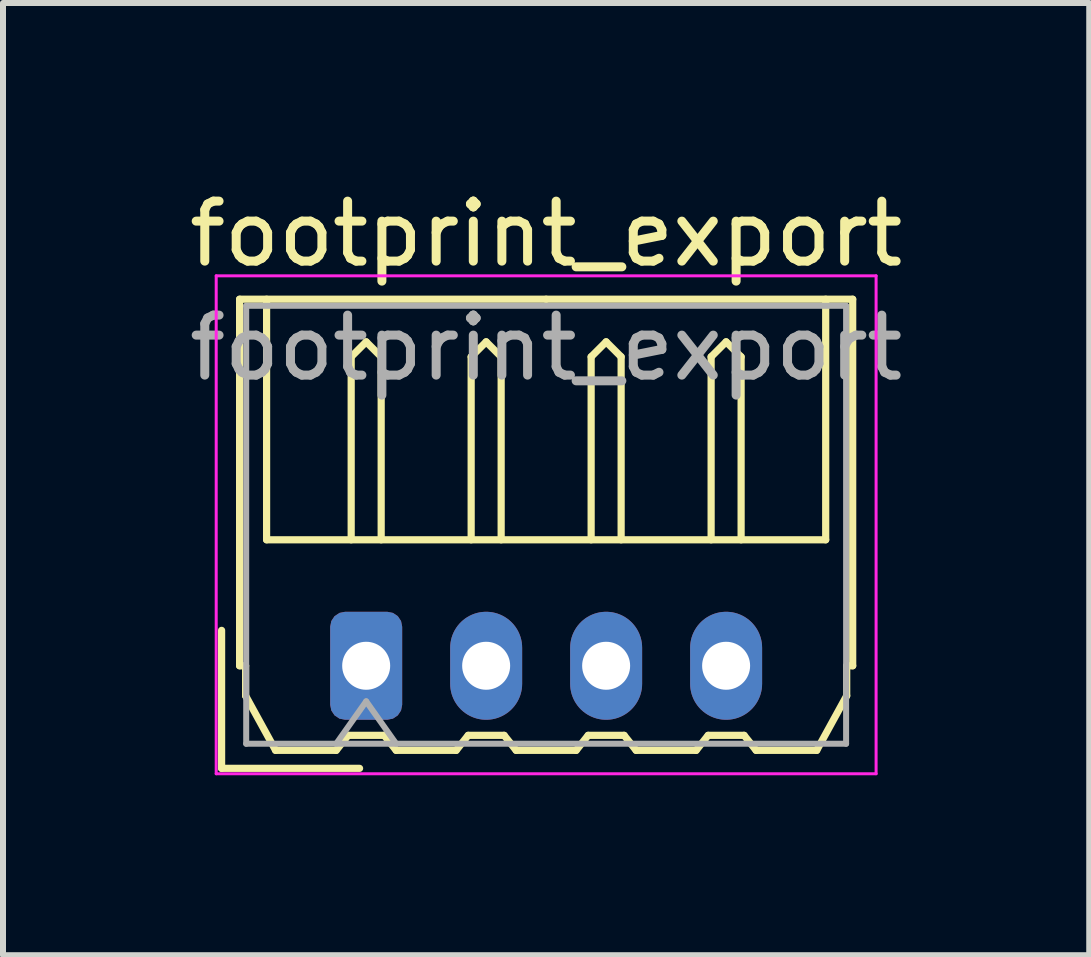
<source format=kicad_pcb>
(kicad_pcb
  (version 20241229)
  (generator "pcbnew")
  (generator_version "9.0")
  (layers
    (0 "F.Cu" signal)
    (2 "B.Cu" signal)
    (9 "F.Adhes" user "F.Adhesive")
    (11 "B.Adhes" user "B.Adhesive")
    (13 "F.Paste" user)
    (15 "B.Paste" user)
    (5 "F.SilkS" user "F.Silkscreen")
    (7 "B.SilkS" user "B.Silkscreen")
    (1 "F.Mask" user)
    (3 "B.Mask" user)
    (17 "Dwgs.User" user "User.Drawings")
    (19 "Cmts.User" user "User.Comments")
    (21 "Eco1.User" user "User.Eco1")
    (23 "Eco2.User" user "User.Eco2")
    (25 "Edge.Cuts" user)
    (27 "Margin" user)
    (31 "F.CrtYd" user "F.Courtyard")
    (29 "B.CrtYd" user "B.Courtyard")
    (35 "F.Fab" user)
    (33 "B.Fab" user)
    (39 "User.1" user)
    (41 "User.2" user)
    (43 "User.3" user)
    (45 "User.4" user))
  (footprint "footprint_export"
    (layer "F.Cu")
    (at 3.054 8.048)
    (property "Reference" "footprint_export" (at 3 -7.2 0) (layer "F.SilkS") (effects (font (size 1 1) (thickness 0.15))))
    (attr through_hole)
    (fp_line (start -2.41 1.71) (end -2.41 -0.59) (stroke (width 0.12) (type solid)) (layer "F.SilkS"))
    (fp_line (start -2.11 -6.11) (end 3 -6.11) (stroke (width 0.12) (type solid)) (layer "F.SilkS"))
    (fp_line (start -2.11 0) (end -2.11 -6.11) (stroke (width 0.12) (type solid)) (layer "F.SilkS"))
    (fp_line (start -2.01 0) (end -2.11 0) (stroke (width 0.12) (type solid)) (layer "F.SilkS"))
    (fp_line (start -2.01 0.5) (end -2.01 0) (stroke (width 0.12) (type solid)) (layer "F.SilkS"))
    (fp_line (start -1.66 -6.11) (end -1.66 -2.1) (stroke (width 0.12) (type solid)) (layer "F.SilkS"))
    (fp_line (start -1.66 -2.1) (end 7.66 -2.1) (stroke (width 0.12) (type solid)) (layer "F.SilkS"))
    (fp_line (start -1.51 1.41) (end -2.01 0.5) (stroke (width 0.12) (type solid)) (layer "F.SilkS"))
    (fp_line (start -0.5 1.41) (end -1.51 1.41) (stroke (width 0.12) (type solid)) (layer "F.SilkS"))
    (fp_line (start -0.3 1.16) (end -0.5 1.41) (stroke (width 0.12) (type solid)) (layer "F.SilkS"))
    (fp_line (start -0.3 1.16) (end 0.3 1.16) (stroke (width 0.12) (type solid)) (layer "F.SilkS"))
    (fp_line (start -0.25 -5.15) (end 0 -5.4) (stroke (width 0.12) (type solid)) (layer "F.SilkS"))
    (fp_line (start -0.25 -2.1) (end -0.25 -5.15) (stroke (width 0.12) (type solid)) (layer "F.SilkS"))
    (fp_line (start -0.11 1.71) (end -2.41 1.71) (stroke (width 0.12) (type solid)) (layer "F.SilkS"))
    (fp_line (start 0 -5.4) (end 0.25 -5.15) (stroke (width 0.12) (type solid)) (layer "F.SilkS"))
    (fp_line (start 0.25 -5.15) (end 0.25 -2.1) (stroke (width 0.12) (type solid)) (layer "F.SilkS"))
    (fp_line (start 0.3 1.16) (end 0.5 1.41) (stroke (width 0.12) (type solid)) (layer "F.SilkS"))
    (fp_line (start 0.5 1.41) (end 1.5 1.41) (stroke (width 0.12) (type solid)) (layer "F.SilkS"))
    (fp_line (start 1.5 1.41) (end 1.7 1.16) (stroke (width 0.12) (type solid)) (layer "F.SilkS"))
    (fp_line (start 1.7 1.16) (end 2.3 1.16) (stroke (width 0.12) (type solid)) (layer "F.SilkS"))
    (fp_line (start 1.75 -5.15) (end 2 -5.4) (stroke (width 0.12) (type solid)) (layer "F.SilkS"))
    (fp_line (start 1.75 -2.1) (end 1.75 -5.15) (stroke (width 0.12) (type solid)) (layer "F.SilkS"))
    (fp_line (start 2 -5.4) (end 2.25 -5.15) (stroke (width 0.12) (type solid)) (layer "F.SilkS"))
    (fp_line (start 2.25 -5.15) (end 2.25 -2.1) (stroke (width 0.12) (type solid)) (layer "F.SilkS"))
    (fp_line (start 2.3 1.16) (end 2.5 1.41) (stroke (width 0.12) (type solid)) (layer "F.SilkS"))
    (fp_line (start 2.5 1.41) (end 3.5 1.41) (stroke (width 0.12) (type solid)) (layer "F.SilkS"))
    (fp_line (start 3.5 1.41) (end 3.7 1.16) (stroke (width 0.12) (type solid)) (layer "F.SilkS"))
    (fp_line (start 3.7 1.16) (end 4.3 1.16) (stroke (width 0.12) (type solid)) (layer "F.SilkS"))
    (fp_line (start 3.75 -5.15) (end 4 -5.4) (stroke (width 0.12) (type solid)) (layer "F.SilkS"))
    (fp_line (start 3.75 -2.1) (end 3.75 -5.15) (stroke (width 0.12) (type solid)) (layer "F.SilkS"))
    (fp_line (start 4 -5.4) (end 4.25 -5.15) (stroke (width 0.12) (type solid)) (layer "F.SilkS"))
    (fp_line (start 4.25 -5.15) (end 4.25 -2.1) (stroke (width 0.12) (type solid)) (layer "F.SilkS"))
    (fp_line (start 4.3 1.16) (end 4.5 1.41) (stroke (width 0.12) (type solid)) (layer "F.SilkS"))
    (fp_line (start 4.5 1.41) (end 5.5 1.41) (stroke (width 0.12) (type solid)) (layer "F.SilkS"))
    (fp_line (start 5.5 1.41) (end 5.7 1.16) (stroke (width 0.12) (type solid)) (layer "F.SilkS"))
    (fp_line (start 5.7 1.16) (end 6.3 1.16) (stroke (width 0.12) (type solid)) (layer "F.SilkS"))
    (fp_line (start 5.75 -5.15) (end 6 -5.4) (stroke (width 0.12) (type solid)) (layer "F.SilkS"))
    (fp_line (start 5.75 -2.1) (end 5.75 -5.15) (stroke (width 0.12) (type solid)) (layer "F.SilkS"))
    (fp_line (start 6 -5.4) (end 6.25 -5.15) (stroke (width 0.12) (type solid)) (layer "F.SilkS"))
    (fp_line (start 6.25 -5.15) (end 6.25 -2.1) (stroke (width 0.12) (type solid)) (layer "F.SilkS"))
    (fp_line (start 6.3 1.16) (end 6.5 1.41) (stroke (width 0.12) (type solid)) (layer "F.SilkS"))
    (fp_line (start 6.5 1.41) (end 7.51 1.41) (stroke (width 0.12) (type solid)) (layer "F.SilkS"))
    (fp_line (start 7.51 1.41) (end 8.01 0.5) (stroke (width 0.12) (type solid)) (layer "F.SilkS"))
    (fp_line (start 7.66 -2.1) (end 7.66 -6.11) (stroke (width 0.12) (type solid)) (layer "F.SilkS"))
    (fp_line (start 8.01 0) (end 8.11 0) (stroke (width 0.12) (type solid)) (layer "F.SilkS"))
    (fp_line (start 8.01 0.5) (end 8.01 0) (stroke (width 0.12) (type solid)) (layer "F.SilkS"))
    (fp_line (start 8.11 -6.11) (end 3 -6.11) (stroke (width 0.12) (type solid)) (layer "F.SilkS"))
    (fp_line (start 8.11 0) (end 8.11 -6.11) (stroke (width 0.12) (type solid)) (layer "F.SilkS"))
    (fp_line (start -2.5 -6.5) (end -2.5 1.8) (stroke (width 0.05) (type solid)) (layer "F.CrtYd"))
    (fp_line (start -2.5 1.8) (end 8.5 1.8) (stroke (width 0.05) (type solid)) (layer "F.CrtYd"))
    (fp_line (start 8.5 -6.5) (end -2.5 -6.5) (stroke (width 0.05) (type solid)) (layer "F.CrtYd"))
    (fp_line (start 8.5 1.8) (end 8.5 -6.5) (stroke (width 0.05) (type solid)) (layer "F.CrtYd"))
    (fp_line (start -2 -6) (end -2 1.3) (stroke (width 0.1) (type solid)) (layer "F.Fab"))
    (fp_line (start -2 1.3) (end 8 1.3) (stroke (width 0.1) (type solid)) (layer "F.Fab"))
    (fp_line (start -0.5 1.3) (end 0 0.593) (stroke (width 0.1) (type solid)) (layer "F.Fab"))
    (fp_line (start 0 0.593) (end 0.5 1.3) (stroke (width 0.1) (type solid)) (layer "F.Fab"))
    (fp_line (start 8 -6) (end -2 -6) (stroke (width 0.1) (type solid)) (layer "F.Fab"))
    (fp_line (start 8 1.3) (end 8 -6) (stroke (width 0.1) (type solid)) (layer "F.Fab"))
    (fp_text user "${REFERENCE}" (at 3 -5.3 0) (layer "F.Fab") (effects (font (size 1 1) (thickness 0.15))))
    (pad "1" thru_hole roundrect (at 0 0) (size 1.2 1.8) (drill 0.8) (layers "*.Cu" "*.Mask") (roundrect_rratio 0.208))
    (pad "2" thru_hole oval (at 2 0) (size 1.2 1.8) (drill 0.8) (layers "*.Cu" "*.Mask"))
    (pad "3" thru_hole oval (at 4 0) (size 1.2 1.8) (drill 0.8) (layers "*.Cu" "*.Mask"))
    (pad "4" thru_hole oval (at 6 0) (size 1.2 1.8) (drill 0.8) (layers "*.Cu" "*.Mask")))
  (gr_rect
    (start -3 -3)
    (end 15.107 12.873)
    (stroke (width 0.1) (type default))
    (fill no)
    (layer "Edge.Cuts")))
</source>
